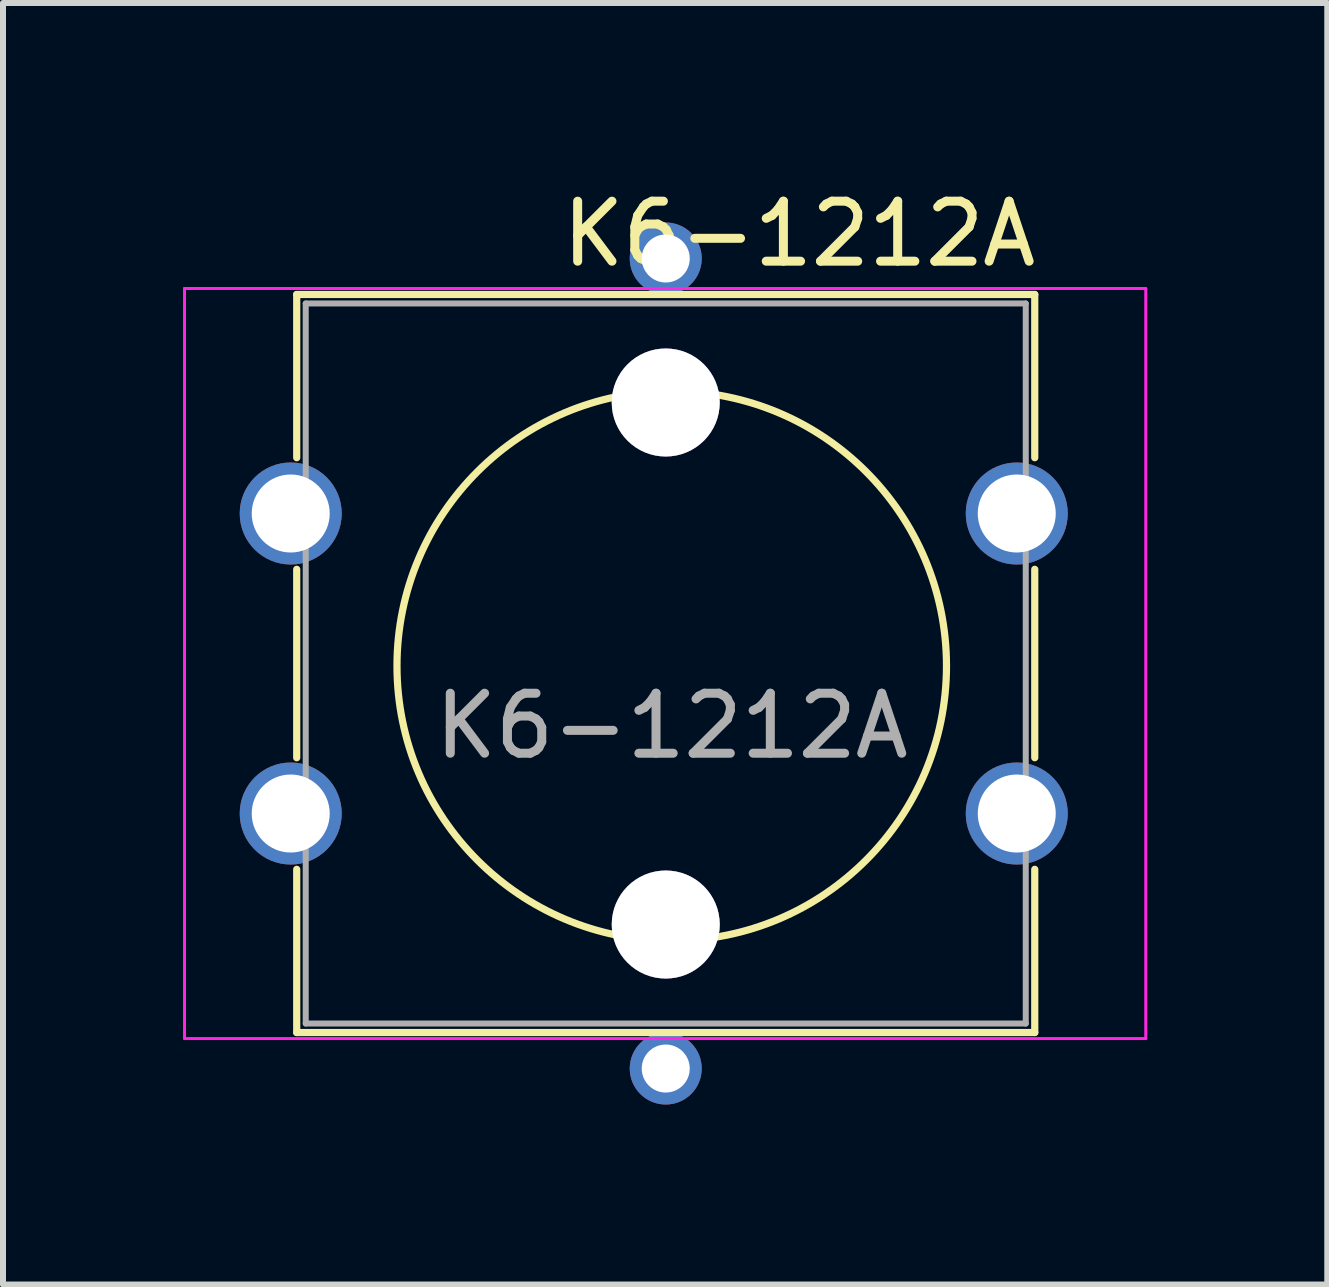
<source format=kicad_pcb>
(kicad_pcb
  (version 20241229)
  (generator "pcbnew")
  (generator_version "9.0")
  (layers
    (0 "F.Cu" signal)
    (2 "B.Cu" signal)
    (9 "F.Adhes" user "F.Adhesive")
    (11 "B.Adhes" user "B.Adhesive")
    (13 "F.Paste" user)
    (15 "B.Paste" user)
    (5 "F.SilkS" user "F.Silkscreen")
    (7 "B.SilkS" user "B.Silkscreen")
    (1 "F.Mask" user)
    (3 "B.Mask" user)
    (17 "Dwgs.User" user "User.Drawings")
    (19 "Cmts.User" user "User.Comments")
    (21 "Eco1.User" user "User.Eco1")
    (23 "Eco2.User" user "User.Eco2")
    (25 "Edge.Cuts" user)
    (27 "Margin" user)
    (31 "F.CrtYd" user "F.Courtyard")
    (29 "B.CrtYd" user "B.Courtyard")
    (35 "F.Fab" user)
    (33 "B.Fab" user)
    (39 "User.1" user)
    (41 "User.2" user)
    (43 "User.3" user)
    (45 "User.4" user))
  (footprint "K6-1212A"
    (layer "F.Cu")
    (at 1.795 8.008)
    (property "Reference" "K6-1212A" (at 12.5 -7.16 0) (layer "F.SilkS") (effects (font (size 1 1) (thickness 0.15)) (justify right)))
    (attr through_hole)
    (fp_line (start 0.1 -6.15) (end 12.4 -6.15) (stroke (width 0.12) (type solid)) (layer "F.SilkS"))
    (fp_line (start 0.1 -3.43) (end 0.1 -6.15) (stroke (width 0.12) (type solid)) (layer "F.SilkS"))
    (fp_line (start 0.1 1.57) (end 0.1 -1.57) (stroke (width 0.12) (type solid)) (layer "F.SilkS"))
    (fp_line (start 0.1 6.15) (end 0.1 3.43) (stroke (width 0.12) (type solid)) (layer "F.SilkS"))
    (fp_line (start 12.4 -6.15) (end 12.4 -3.43) (stroke (width 0.12) (type solid)) (layer "F.SilkS"))
    (fp_line (start 12.4 -1.57) (end 12.4 1.57) (stroke (width 0.12) (type solid)) (layer "F.SilkS"))
    (fp_line (start 12.4 3.43) (end 12.4 6.15) (stroke (width 0.12) (type solid)) (layer "F.SilkS"))
    (fp_line (start 12.4 6.15) (end 0.1 6.15) (stroke (width 0.12) (type solid)) (layer "F.SilkS"))
    (fp_circle (center 6.35 0.04) (end 10.16 2.58) (stroke (width 0.12) (type solid)) (fill no) (layer "F.SilkS"))
    (fp_line (start -1.77 -6.25) (end -1.77 6.25) (stroke (width 0.05) (type solid)) (layer "F.CrtYd"))
    (fp_line (start -1.77 -6.25) (end 14.25 -6.25) (stroke (width 0.05) (type solid)) (layer "F.CrtYd"))
    (fp_line (start 14.25 6.25) (end -1.77 6.25) (stroke (width 0.05) (type solid)) (layer "F.CrtYd"))
    (fp_line (start 14.25 6.25) (end 14.25 -6.25) (stroke (width 0.05) (type solid)) (layer "F.CrtYd"))
    (fp_line (start 0.25 -6) (end 0.25 6) (stroke (width 0.1) (type solid)) (layer "F.Fab"))
    (fp_line (start 0.25 -6) (end 12.25 -6) (stroke (width 0.1) (type solid)) (layer "F.Fab"))
    (fp_line (start 0.25 6) (end 12.25 6) (stroke (width 0.1) (type solid)) (layer "F.Fab"))
    (fp_line (start 12.25 -6) (end 12.25 6) (stroke (width 0.1) (type solid)) (layer "F.Fab"))
    (fp_text user "${REFERENCE}" (at 6.35 1.04 0) (layer "F.Fab") (effects (font (size 1 1) (thickness 0.15))))
    (pad "" thru_hole circle (at 6.25 -4.35) (size 1.8 1.8) (drill 1.8) (layers "*.Cu" "*.Mask"))
    (pad "" thru_hole circle (at 6.25 4.35) (size 1.8 1.8) (drill 1.8) (layers "*.Cu" "*.Mask"))
    (pad "1" thru_hole circle (at 0 -2.5) (size 1.7 1.7) (drill 1.3) (layers "*.Cu" "*.Mask"))
    (pad "1" thru_hole circle (at 12.1 -2.5) (size 1.7 1.7) (drill 1.3) (layers "*.Cu" "*.Mask"))
    (pad "2" thru_hole circle (at 0 2.5) (size 1.7 1.7) (drill 1.3) (layers "*.Cu" "*.Mask"))
    (pad "2" thru_hole circle (at 12.1 2.5) (size 1.7 1.7) (drill 1.3) (layers "*.Cu" "*.Mask"))
    (pad "3" thru_hole circle (at 6.25 6.75) (size 1.2 1.2) (drill 0.8) (layers "*.Cu" "*.Mask"))
    (pad "4" thru_hole circle (at 6.25 -6.75) (size 1.2 1.2) (drill 0.8) (layers "*.Cu" "*.Mask")))
  (gr_rect
    (start -3 -3)
    (end 19.07 18.358)
    (stroke (width 0.1) (type default))
    (fill no)
    (layer "Edge.Cuts")))
</source>
